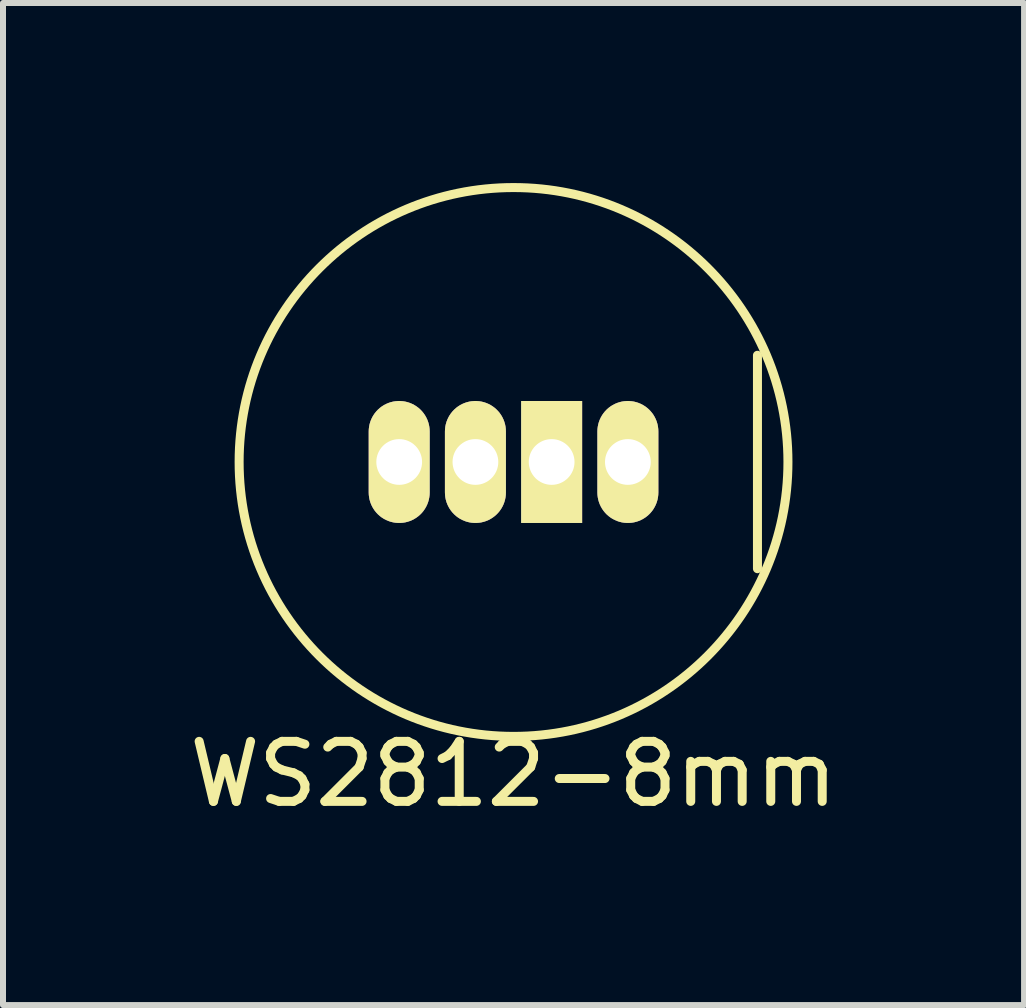
<source format=kicad_pcb>
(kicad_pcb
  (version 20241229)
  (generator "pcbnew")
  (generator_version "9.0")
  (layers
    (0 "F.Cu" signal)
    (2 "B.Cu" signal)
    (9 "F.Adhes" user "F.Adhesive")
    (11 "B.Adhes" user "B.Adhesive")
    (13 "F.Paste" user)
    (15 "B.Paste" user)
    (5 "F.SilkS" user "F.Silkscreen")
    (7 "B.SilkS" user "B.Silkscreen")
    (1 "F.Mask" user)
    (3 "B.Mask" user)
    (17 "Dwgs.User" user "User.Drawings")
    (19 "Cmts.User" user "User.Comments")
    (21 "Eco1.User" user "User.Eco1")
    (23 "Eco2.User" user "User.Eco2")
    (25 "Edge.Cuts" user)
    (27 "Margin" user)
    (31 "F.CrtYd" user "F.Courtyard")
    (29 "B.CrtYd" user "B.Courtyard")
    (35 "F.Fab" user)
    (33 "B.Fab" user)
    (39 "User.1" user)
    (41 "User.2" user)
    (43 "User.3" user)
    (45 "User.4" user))
  (footprint "WS2812-8mm"
    (layer "F.Cu")
    (at 5.506 4.647)
    (property "Reference" "WS2812-8mm" (at 0 5.2 0) (layer "F.SilkS") (effects (font (size 1 1) (thickness 0.15))))
    (attr through_hole)
    (fp_line (start 4.064 -1.778) (end 4.064 1.778) (stroke (width 0.15) (type solid)) (layer "F.SilkS"))
    (fp_circle (center 0 0) (end 4.572 0) (stroke (width 0.15) (type solid)) (fill no) (layer "F.SilkS"))
    (pad "1" thru_hole oval (at -1.905 0) (size 1.016 2.032) (drill 0.762) (layers "*.Cu" "*.Mask" "F.SilkS"))
    (pad "2" thru_hole oval (at -0.635 0) (size 1.016 2.032) (drill 0.762) (layers "*.Cu" "*.Mask" "F.SilkS"))
    (pad "3" thru_hole rect (at 0.635 0) (size 1.016 2.032) (drill 0.762) (layers "*.Cu" "*.Mask" "F.SilkS"))
    (pad "4" thru_hole oval (at 1.905 0) (size 1.016 2.032) (drill 0.762) (layers "*.Cu" "*.Mask" "F.SilkS")))
  (gr_rect
    (start -3 -3)
    (end 14.012 13.695)
    (stroke (width 0.1) (type default))
    (fill no)
    (layer "Edge.Cuts")))
</source>
